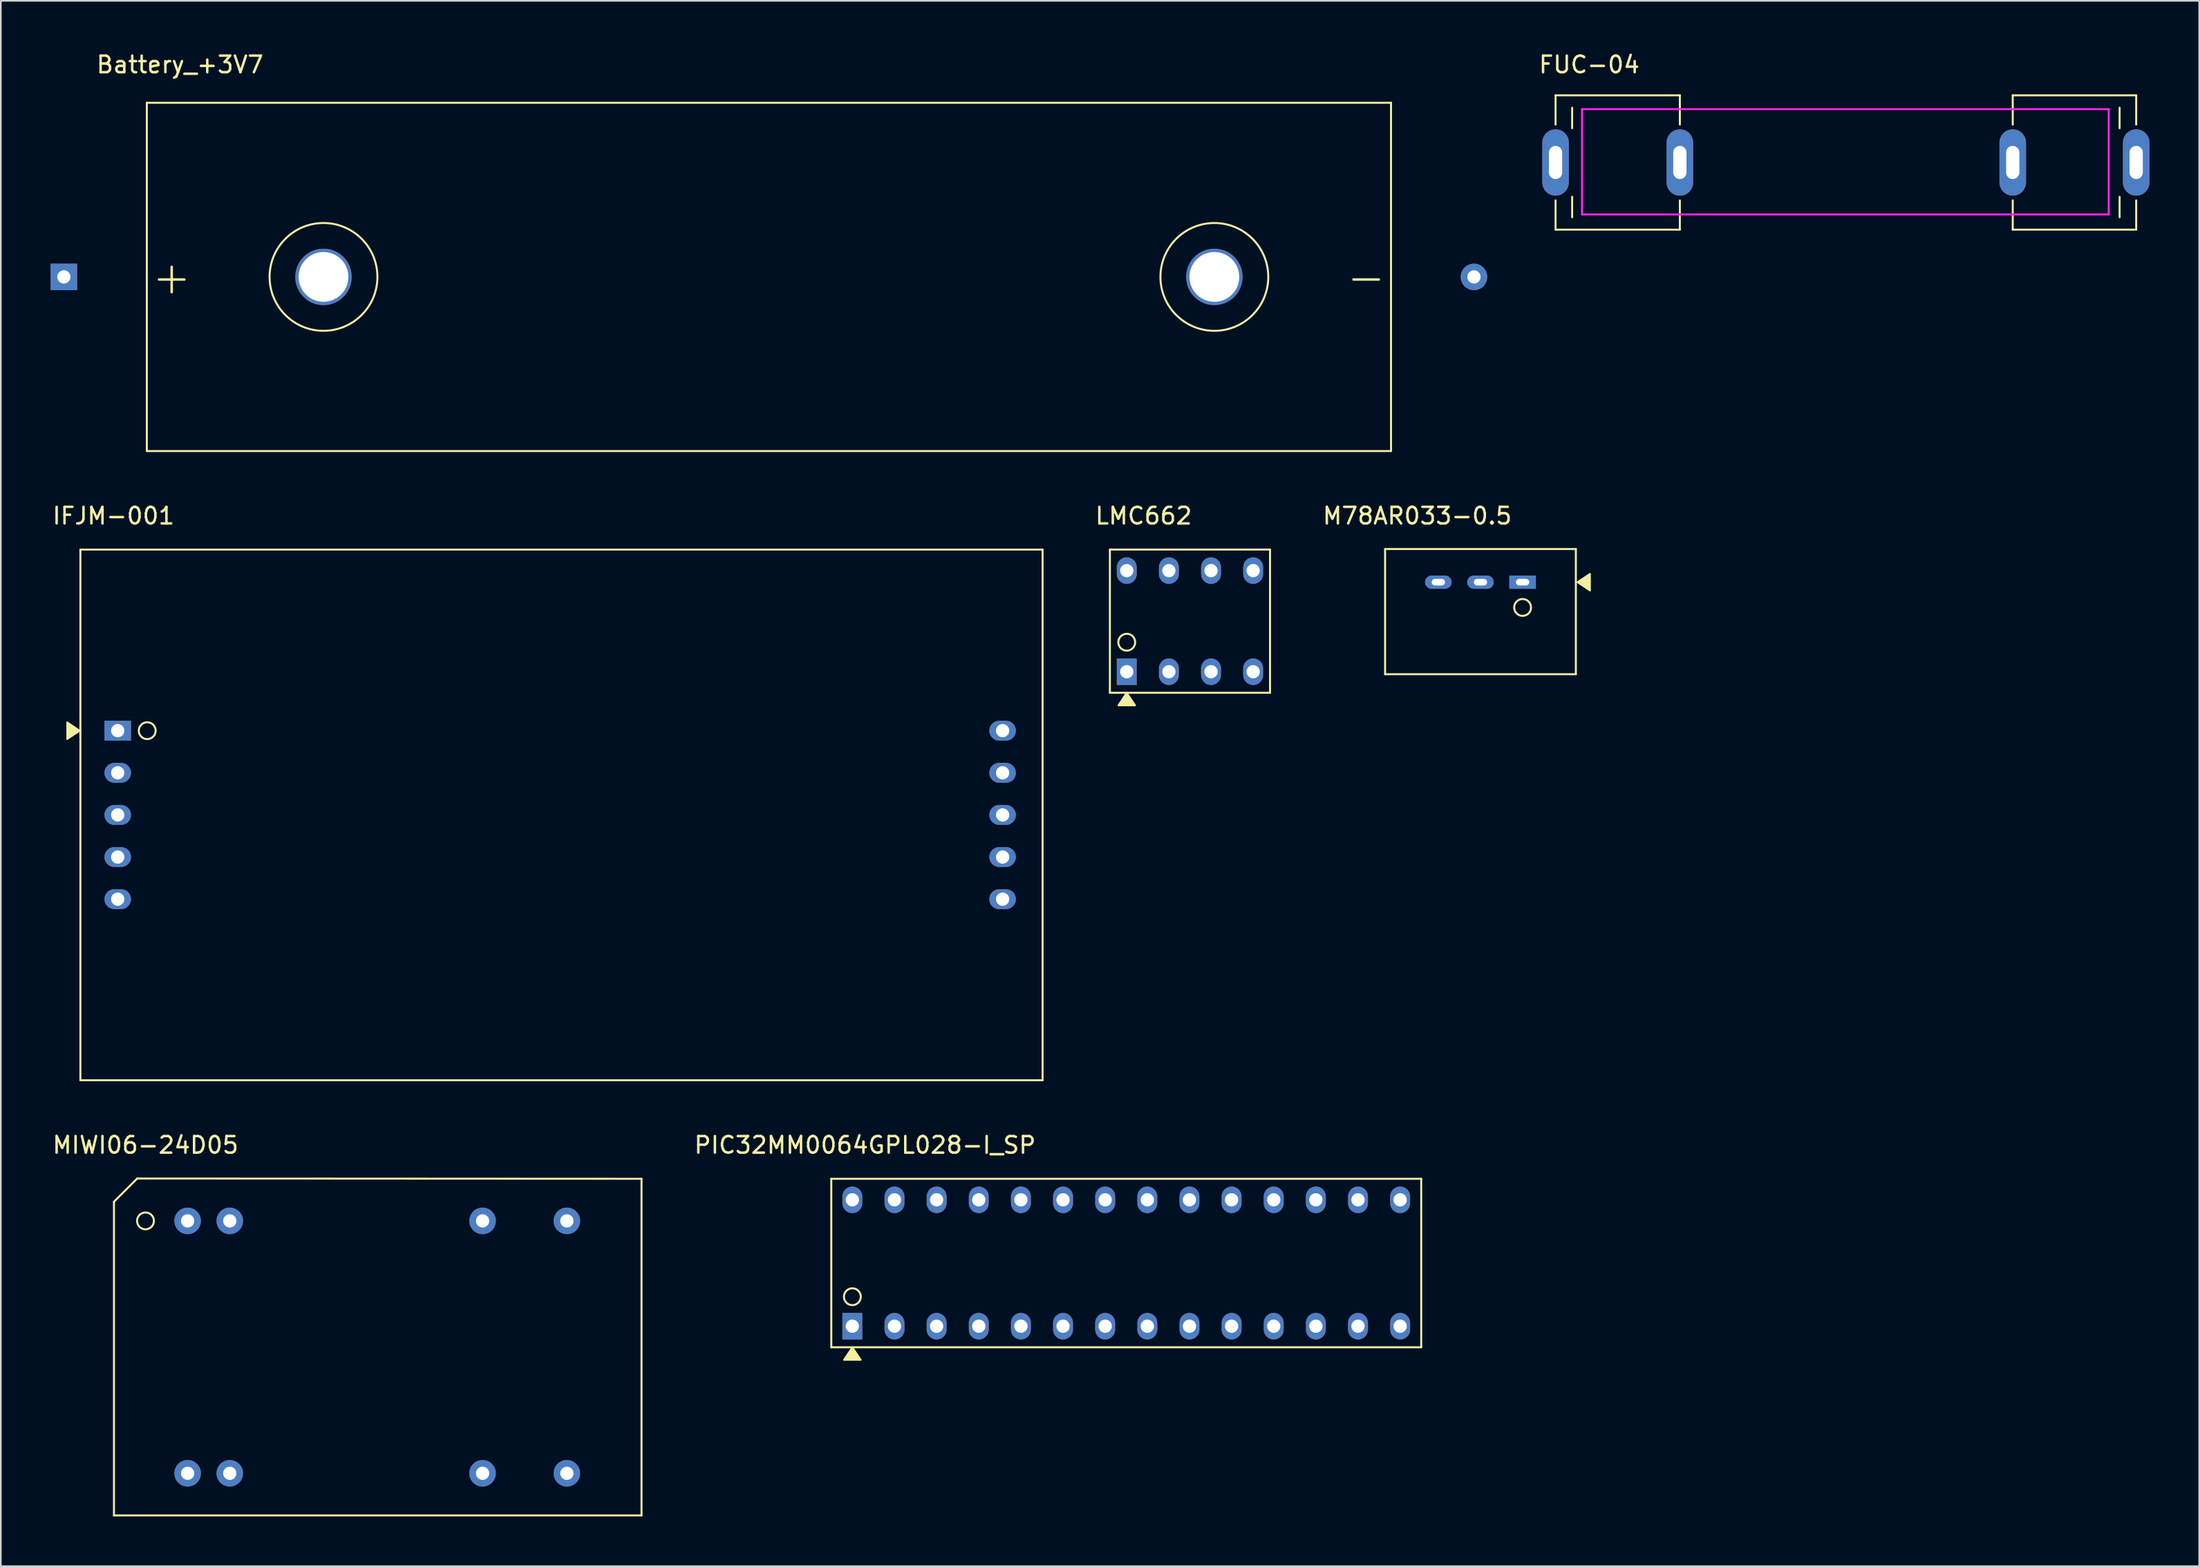
<source format=kicad_pcb>
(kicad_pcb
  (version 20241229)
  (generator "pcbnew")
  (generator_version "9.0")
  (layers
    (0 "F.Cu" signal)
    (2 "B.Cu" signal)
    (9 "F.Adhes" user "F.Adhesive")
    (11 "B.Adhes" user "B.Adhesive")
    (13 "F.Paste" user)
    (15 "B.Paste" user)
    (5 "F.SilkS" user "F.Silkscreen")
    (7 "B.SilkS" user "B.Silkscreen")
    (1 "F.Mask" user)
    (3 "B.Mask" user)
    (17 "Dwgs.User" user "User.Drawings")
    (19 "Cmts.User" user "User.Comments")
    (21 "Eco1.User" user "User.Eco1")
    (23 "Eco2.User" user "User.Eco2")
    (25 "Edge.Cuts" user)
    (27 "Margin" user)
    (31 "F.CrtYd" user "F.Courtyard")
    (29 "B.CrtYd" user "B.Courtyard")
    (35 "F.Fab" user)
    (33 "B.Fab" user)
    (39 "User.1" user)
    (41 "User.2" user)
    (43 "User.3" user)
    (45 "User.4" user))
  (footprint "IFJM-001"
    (layer "F.Cu")
    (at 4.046 41.011)
    (property "Reference" "IFJM-001" (at -0.254 -12.954 0) (layer "F.SilkS") (effects (font (size 1 1) (thickness 0.15))))
    (attr through_hole)
    (fp_line (start -2.25 -10.92) (end -2.25 21.08) (stroke (width 0.12) (type solid)) (layer "F.SilkS"))
    (fp_line (start -2.25 -10.92) (end 55.75 -10.92) (stroke (width 0.12) (type solid)) (layer "F.SilkS"))
    (fp_line (start -2.25 21.08) (end 55.75 21.08) (stroke (width 0.12) (type solid)) (layer "F.SilkS"))
    (fp_line (start 55.75 -10.92) (end 55.75 21.08) (stroke (width 0.12) (type solid)) (layer "F.SilkS"))
    (fp_circle (center 1.778 0) (end 1.778 0.508) (stroke (width 0.12) (type solid)) (fill no) (layer "F.SilkS"))
    (fp_poly (pts (xy -3.048 0.508) (xy -3.048 -0.508) (xy -2.286 0)) (stroke (width 0.1) (type solid)) (fill yes) (layer "F.SilkS"))
    (pad "1" thru_hole rect (at 0 0) (size 1.6 1.2) (drill 0.8) (layers "*.Cu" "*.Mask"))
    (pad "2" thru_hole oval (at 0 2.54) (size 1.6 1.2) (drill 0.8) (layers "*.Cu" "*.Mask"))
    (pad "3" thru_hole oval (at 0 5.08) (size 1.6 1.2) (drill 0.8) (layers "*.Cu" "*.Mask"))
    (pad "4" thru_hole oval (at 0 7.62) (size 1.6 1.2) (drill 0.8) (layers "*.Cu" "*.Mask"))
    (pad "5" thru_hole oval (at 0 10.16) (size 1.6 1.2) (drill 0.8) (layers "*.Cu" "*.Mask"))
    (pad "6" thru_hole oval (at 53.34 10.16) (size 1.6 1.2) (drill 0.8) (layers "*.Cu" "*.Mask"))
    (pad "7" thru_hole oval (at 53.34 7.62) (size 1.6 1.2) (drill 0.8) (layers "*.Cu" "*.Mask"))
    (pad "8" thru_hole oval (at 53.34 5.08) (size 1.6 1.2) (drill 0.8) (layers "*.Cu" "*.Mask"))
    (pad "9" thru_hole oval (at 53.34 2.54) (size 1.6 1.2) (drill 0.8) (layers "*.Cu" "*.Mask"))
    (pad "10" thru_hole oval (at 53.34 0) (size 1.6 1.2) (drill 0.8) (layers "*.Cu" "*.Mask")))
  (footprint "Battery_+3V7"
    (layer "F.Cu")
    (at 5.8 13.648)
    (property "Reference" "Battery_+3V7" (at 2 -12.8 0) (layer "F.SilkS") (effects (font (size 1 1) (thickness 0.15))))
    (attr through_hole)
    (fp_line (start 0 -10.5) (end 0 10.5) (stroke (width 0.12) (type solid)) (layer "F.SilkS"))
    (fp_line (start 0 10.5) (end 75 10.5) (stroke (width 0.12) (type solid)) (layer "F.SilkS"))
    (fp_line (start 75 -10.5) (end 0 -10.5) (stroke (width 0.12) (type solid)) (layer "F.SilkS"))
    (fp_line (start 75 10.5) (end 75 -10.5) (stroke (width 0.12) (type solid)) (layer "F.SilkS"))
    (fp_circle (center 10.65 0) (end 13.9 0) (stroke (width 0.12) (type solid)) (fill no) (layer "F.SilkS"))
    (fp_circle (center 64.35 0) (end 67.6 0) (stroke (width 0.12) (type solid)) (fill no) (layer "F.SilkS"))
    (fp_text user "-" (at 73.5 0 0) (layer "F.SilkS") (effects (font (size 2 2) (thickness 0.15))))
    (fp_text user "+" (at 1.5 0 0) (layer "F.SilkS") (effects (font (size 2 2) (thickness 0.15))))
    (pad "1" thru_hole rect (at -5 0) (size 1.6 1.6) (drill 0.8) (layers "*.Cu" "*.Mask"))
    (pad "2" thru_hole circle (at 80 0) (size 1.6 1.6) (drill 0.8) (layers "*.Cu" "*.Mask"))
    (pad "3" thru_hole circle (at 10.65 0) (size 3.4 3.4) (drill 3) (layers "*.Cu" "*.Mask"))
    (pad "4" thru_hole circle (at 64.35 0) (size 3.4 3.4) (drill 3) (layers "*.Cu" "*.Mask")))
  (footprint "M78AR033-0.5"
    (layer "F.Cu")
    (at 88.731 32.056)
    (property "Reference" "M78AR033-0.5" (at -6.35 -4 0) (layer "F.SilkS") (effects (font (size 1 1) (thickness 0.15))))
    (attr through_hole)
    (fp_line (start -8.29 -2) (end -8.29 5.55) (stroke (width 0.12) (type solid)) (layer "F.SilkS"))
    (fp_line (start -8.29 -2) (end 3.21 -2) (stroke (width 0.12) (type solid)) (layer "F.SilkS"))
    (fp_line (start -8.29 5.55) (end 3.21 5.55) (stroke (width 0.12) (type solid)) (layer "F.SilkS"))
    (fp_line (start 3.21 -2) (end 3.21 5.55) (stroke (width 0.12) (type solid)) (layer "F.SilkS"))
    (fp_circle (center 0 1.524) (end 0 2.032) (stroke (width 0.12) (type solid)) (fill no) (layer "F.SilkS"))
    (fp_poly (pts (xy 3.302 0) (xy 4.064 -0.508) (xy 4.064 0.508)) (stroke (width 0.1) (type solid)) (fill yes) (layer "F.SilkS"))
    (pad "1" thru_hole rect (at 0 0) (size 1.6 0.8) (drill oval 0.8 0.4) (layers "*.Cu" "*.Mask"))
    (pad "2" thru_hole oval (at -2.54 0) (size 1.6 0.8) (drill oval 0.8 0.4) (layers "*.Cu" "*.Mask"))
    (pad "3" thru_hole oval (at -5.08 0) (size 1.6 0.8) (drill oval 0.8 0.4) (layers "*.Cu" "*.Mask")))
  (footprint "LMC662"
    (layer "F.Cu")
    (at 64.869 37.455)
    (property "Reference" "LMC662" (at 1.016 -9.398 0) (layer "F.SilkS") (effects (font (size 1 1) (thickness 0.15))))
    (attr through_hole)
    (fp_line (start -1.016 -7.366) (end -1.016 1.27) (stroke (width 0.12) (type solid)) (layer "F.SilkS"))
    (fp_line (start -1.016 1.27) (end 8.636 1.27) (stroke (width 0.12) (type solid)) (layer "F.SilkS"))
    (fp_line (start 8.636 -7.366) (end -1.016 -7.366) (stroke (width 0.12) (type solid)) (layer "F.SilkS"))
    (fp_line (start 8.636 1.27) (end 8.636 -7.366) (stroke (width 0.12) (type solid)) (layer "F.SilkS"))
    (fp_circle (center 0 -1.778) (end 0.508 -1.778) (stroke (width 0.12) (type solid)) (fill no) (layer "F.SilkS"))
    (fp_poly (pts (xy 0.508 2.032) (xy -0.508 2.032) (xy 0 1.27)) (stroke (width 0.1) (type solid)) (fill yes) (layer "F.SilkS"))
    (pad "1" thru_hole rect (at 0 0 180) (size 1.2 1.6) (drill 0.8) (layers "*.Cu" "*.Mask"))
    (pad "2" thru_hole oval (at 2.54 0 90) (size 1.6 1.2) (drill 0.8) (layers "*.Cu" "*.Mask"))
    (pad "3" thru_hole oval (at 5.08 0 90) (size 1.6 1.2) (drill 0.8) (layers "*.Cu" "*.Mask"))
    (pad "4" thru_hole oval (at 7.62 0 90) (size 1.6 1.2) (drill 0.8) (layers "*.Cu" "*.Mask"))
    (pad "5" thru_hole oval (at 7.62 -6.096 90) (size 1.6 1.2) (drill 0.8) (layers "*.Cu" "*.Mask"))
    (pad "6" thru_hole oval (at 5.08 -6.096 90) (size 1.6 1.2) (drill 0.8) (layers "*.Cu" "*.Mask"))
    (pad "7" thru_hole oval (at 2.54 -6.096 90) (size 1.6 1.2) (drill 0.8) (layers "*.Cu" "*.Mask"))
    (pad "8" thru_hole oval (at 0 -6.096 90) (size 1.6 1.2) (drill 0.8) (layers "*.Cu" "*.Mask")))
  (footprint "PIC32MM0064GPL028-I_SP"
    (layer "F.Cu")
    (at 48.329 76.921)
    (property "Reference" "PIC32MM0064GPL028-I_SP" (at 0.762 -10.922 0) (layer "F.SilkS") (effects (font (size 1 1) (thickness 0.15))))
    (attr through_hole)
    (fp_line (start -1.27 -8.89) (end -1.27 1.27) (stroke (width 0.12) (type solid)) (layer "F.SilkS"))
    (fp_line (start -1.27 1.27) (end 34.29 1.27) (stroke (width 0.12) (type solid)) (layer "F.SilkS"))
    (fp_line (start 34.29 -8.89) (end -1.27 -8.89) (stroke (width 0.12) (type solid)) (layer "F.SilkS"))
    (fp_line (start 34.29 1.27) (end 34.29 -8.89) (stroke (width 0.12) (type solid)) (layer "F.SilkS"))
    (fp_circle (center 0 -1.778) (end 0.508 -1.778) (stroke (width 0.12) (type solid)) (fill no) (layer "F.SilkS"))
    (fp_poly (pts (xy 0 1.27) (xy 0.508 2.032) (xy -0.508 2.032)) (stroke (width 0.1) (type solid)) (fill yes) (layer "F.SilkS"))
    (pad "1" thru_hole rect (at 0 0 270) (size 1.6 1.2) (drill 0.8) (layers "*.Cu" "*.Mask"))
    (pad "2" thru_hole oval (at 2.54 0 270) (size 1.6 1.2) (drill 0.8) (layers "*.Cu" "*.Mask"))
    (pad "3" thru_hole oval (at 5.08 0 270) (size 1.6 1.2) (drill 0.8) (layers "*.Cu" "*.Mask"))
    (pad "4" thru_hole oval (at 7.62 0 270) (size 1.6 1.2) (drill 0.8) (layers "*.Cu" "*.Mask"))
    (pad "5" thru_hole oval (at 10.16 0 270) (size 1.6 1.2) (drill 0.8) (layers "*.Cu" "*.Mask"))
    (pad "6" thru_hole oval (at 12.7 0 270) (size 1.6 1.2) (drill 0.8) (layers "*.Cu" "*.Mask"))
    (pad "7" thru_hole oval (at 15.24 0 270) (size 1.6 1.2) (drill 0.8) (layers "*.Cu" "*.Mask"))
    (pad "8" thru_hole oval (at 17.78 0 270) (size 1.6 1.2) (drill 0.8) (layers "*.Cu" "*.Mask"))
    (pad "9" thru_hole oval (at 20.32 0 270) (size 1.6 1.2) (drill 0.8) (layers "*.Cu" "*.Mask"))
    (pad "10" thru_hole oval (at 22.86 0 270) (size 1.6 1.2) (drill 0.8) (layers "*.Cu" "*.Mask"))
    (pad "11" thru_hole oval (at 25.4 0 270) (size 1.6 1.2) (drill 0.8) (layers "*.Cu" "*.Mask"))
    (pad "12" thru_hole oval (at 27.94 0 270) (size 1.6 1.2) (drill 0.8) (layers "*.Cu" "*.Mask"))
    (pad "13" thru_hole oval (at 30.48 0 270) (size 1.6 1.2) (drill 0.8) (layers "*.Cu" "*.Mask"))
    (pad "14" thru_hole oval (at 33.02 0 270) (size 1.6 1.2) (drill 0.8) (layers "*.Cu" "*.Mask"))
    (pad "15" thru_hole oval (at 33.02 -7.62 270) (size 1.6 1.2) (drill 0.8) (layers "*.Cu" "*.Mask"))
    (pad "16" thru_hole oval (at 30.48 -7.62 270) (size 1.6 1.2) (drill 0.8) (layers "*.Cu" "*.Mask"))
    (pad "17" thru_hole oval (at 27.94 -7.62 270) (size 1.6 1.2) (drill 0.8) (layers "*.Cu" "*.Mask"))
    (pad "18" thru_hole oval (at 25.4 -7.62 270) (size 1.6 1.2) (drill 0.8) (layers "*.Cu" "*.Mask"))
    (pad "19" thru_hole oval (at 22.86 -7.62 270) (size 1.6 1.2) (drill 0.8) (layers "*.Cu" "*.Mask"))
    (pad "20" thru_hole oval (at 20.32 -7.62 270) (size 1.6 1.2) (drill 0.8) (layers "*.Cu" "*.Mask"))
    (pad "21" thru_hole oval (at 17.78 -7.62 270) (size 1.6 1.2) (drill 0.8) (layers "*.Cu" "*.Mask"))
    (pad "22" thru_hole oval (at 15.24 -7.62 270) (size 1.6 1.2) (drill 0.8) (layers "*.Cu" "*.Mask"))
    (pad "23" thru_hole oval (at 12.7 -7.62 270) (size 1.6 1.2) (drill 0.8) (layers "*.Cu" "*.Mask"))
    (pad "24" thru_hole oval (at 10.16 -7.62 270) (size 1.6 1.2) (drill 0.8) (layers "*.Cu" "*.Mask"))
    (pad "25" thru_hole oval (at 7.62 -7.62 270) (size 1.6 1.2) (drill 0.8) (layers "*.Cu" "*.Mask"))
    (pad "26" thru_hole oval (at 5.08 -7.62 270) (size 1.6 1.2) (drill 0.8) (layers "*.Cu" "*.Mask"))
    (pad "27" thru_hole oval (at 2.54 -7.62 270) (size 1.6 1.2) (drill 0.8) (layers "*.Cu" "*.Mask"))
    (pad "28" thru_hole oval (at 0 -7.62 270) (size 1.6 1.2) (drill 0.8) (layers "*.Cu" "*.Mask")))
  (footprint "MIWI06-24D05"
    (layer "F.Cu")
    (at 8.26 70.571)
    (property "Reference" "MIWI06-24D05" (at -2.54 -4.572 0) (layer "F.SilkS") (effects (font (size 1 1) (thickness 0.15))))
    (attr through_hole)
    (fp_line (start -4.44 -1.155) (end -4.44 17.76) (stroke (width 0.12) (type solid)) (layer "F.SilkS"))
    (fp_line (start -4.44 -1.155) (end -3.04 -2.555) (stroke (width 0.12) (type solid)) (layer "F.SilkS"))
    (fp_line (start -4.44 17.76) (end 27.36 17.76) (stroke (width 0.12) (type solid)) (layer "F.SilkS"))
    (fp_line (start 27.36 -2.54) (end -3.04 -2.555) (stroke (width 0.12) (type solid)) (layer "F.SilkS"))
    (fp_line (start 27.36 17.76) (end 27.36 -2.54) (stroke (width 0.12) (type solid)) (layer "F.SilkS"))
    (fp_circle (center -2.54 0) (end -2.54 0.508) (stroke (width 0.12) (type solid)) (fill no) (layer "F.SilkS"))
    (pad "2" thru_hole oval (at 0 0 90) (size 1.6 1.6) (drill 0.8) (layers "*.Cu" "*.Mask"))
    (pad "3" thru_hole oval (at 2.54 0 90) (size 1.6 1.6) (drill 0.8) (layers "*.Cu" "*.Mask"))
    (pad "9" thru_hole oval (at 17.78 0 90) (size 1.6 1.6) (drill 0.8) (layers "*.Cu" "*.Mask"))
    (pad "11" thru_hole oval (at 22.86 0 90) (size 1.6 1.6) (drill 0.8) (layers "*.Cu" "*.Mask"))
    (pad "14" thru_hole oval (at 22.86 15.22 90) (size 1.6 1.6) (drill 0.8) (layers "*.Cu" "*.Mask"))
    (pad "16" thru_hole oval (at 17.78 15.22 90) (size 1.6 1.6) (drill 0.8) (layers "*.Cu" "*.Mask"))
    (pad "22" thru_hole oval (at 2.54 15.22 90) (size 1.6 1.6) (drill 0.8) (layers "*.Cu" "*.Mask"))
    (pad "23" thru_hole oval (at 0 15.22 90) (size 1.6 1.6) (drill 0.8) (layers "*.Cu" "*.Mask")))
  (footprint "FUC-04"
    (layer "F.Cu")
    (at 90.717 6.748)
    (property "Reference" "FUC-04" (at 2.032 -5.9 0) (layer "F.SilkS") (effects (font (size 1 1) (thickness 0.15))))
    (attr through_hole)
    (fp_line (start 0 -4.05) (end 7.493 -4.05) (stroke (width 0.12) (type solid)) (layer "F.SilkS"))
    (fp_line (start 0 -2.286) (end 0 -4.05) (stroke (width 0.12) (type solid)) (layer "F.SilkS"))
    (fp_line (start 0 4.05) (end 0 2.286) (stroke (width 0.12) (type solid)) (layer "F.SilkS"))
    (fp_line (start 0 4.05) (end 7.493 4.05) (stroke (width 0.12) (type solid)) (layer "F.SilkS"))
    (fp_line (start 1 -2.07) (end 1 -3.302) (stroke (width 0.12) (type solid)) (layer "F.SilkS"))
    (fp_line (start 1 3.302) (end 1 2.07) (stroke (width 0.12) (type solid)) (layer "F.SilkS"))
    (fp_line (start 7.493 -2.286) (end 7.493 -4.05) (stroke (width 0.12) (type solid)) (layer "F.SilkS"))
    (fp_line (start 7.493 4.05) (end 7.493 2.286) (stroke (width 0.12) (type solid)) (layer "F.SilkS"))
    (fp_line (start 27.559 -4.05) (end 27.559 -2.286) (stroke (width 0.12) (type solid)) (layer "F.SilkS"))
    (fp_line (start 27.559 2.286) (end 27.559 4.05) (stroke (width 0.12) (type solid)) (layer "F.SilkS"))
    (fp_line (start 34 -2.07) (end 34 -3.302) (stroke (width 0.12) (type solid)) (layer "F.SilkS"))
    (fp_line (start 34 3.302) (end 34 2.07) (stroke (width 0.12) (type solid)) (layer "F.SilkS"))
    (fp_line (start 35 -4.05) (end 27.559 -4.05) (stroke (width 0.12) (type solid)) (layer "F.SilkS"))
    (fp_line (start 35 -4.05) (end 35 -2.286) (stroke (width 0.12) (type solid)) (layer "F.SilkS"))
    (fp_line (start 35 2.286) (end 35 4.05) (stroke (width 0.12) (type solid)) (layer "F.SilkS"))
    (fp_line (start 35 4.05) (end 27.559 4.05) (stroke (width 0.12) (type solid)) (layer "F.SilkS"))
    (fp_line (start 1.595 -3.217) (end 33.345 -3.217) (stroke (width 0.12) (type solid)) (layer "F.CrtYd"))
    (fp_line (start 1.595 3.133) (end 1.595 -3.217) (stroke (width 0.12) (type solid)) (layer "F.CrtYd"))
    (fp_line (start 33.345 -3.217) (end 33.345 3.133) (stroke (width 0.12) (type solid)) (layer "F.CrtYd"))
    (fp_line (start 33.345 3.133) (end 1.595 3.133) (stroke (width 0.12) (type solid)) (layer "F.CrtYd"))
    (pad "" thru_hole oval (at 7.493 0) (size 1.6 4) (drill oval 0.8 2) (layers "*.Cu" "*.Mask"))
    (pad "" thru_hole oval (at 27.559 0 180) (size 1.6 4) (drill oval 0.8 2) (layers "*.Cu" "*.Mask"))
    (pad "1" thru_hole oval (at 0 0) (size 1.6 4) (drill oval 0.8 2) (layers "*.Cu" "*.Mask"))
    (pad "2" thru_hole oval (at 35 0 180) (size 1.6 4) (drill oval 0.8 2) (layers "*.Cu" "*.Mask")))
  (gr_rect
    (start -3 -3)
    (end 129.517 91.391)
    (stroke (width 0.1) (type default))
    (fill no)
    (layer "Edge.Cuts")))
</source>
